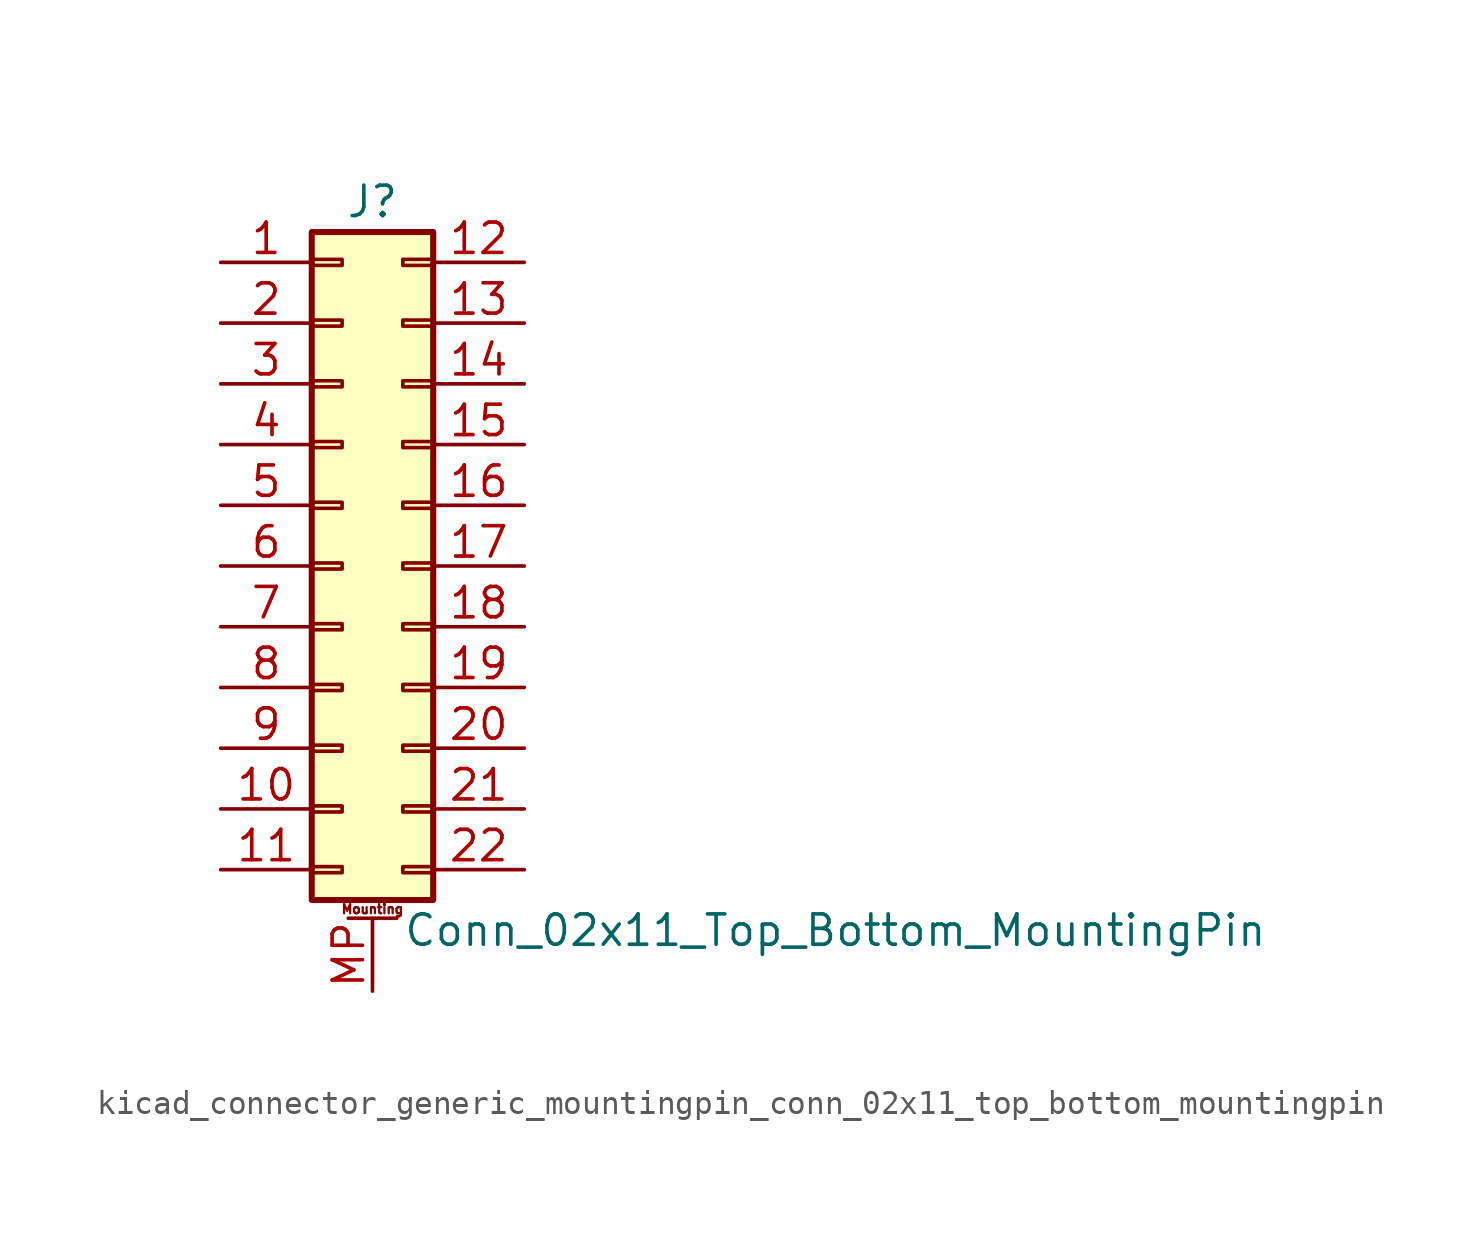
<source format=kicad_sym>
(kicad_symbol_lib
  (version 20220914)
  (generator kicad_symbol_editor)
  (symbol "kicad_connector_generic_mountingpin_conn_02x11_top_bottom_mountingpin"
    (pin_names
      (offset 1.016) hide)
    (property "Reference" "J"
      (at 1.27 15.24 0)
      (effects (font (size 1.27 1.27))))
    (property "Value" "Conn_02x11_Top_Bottom_MountingPin"
      (at 2.54 -15.24 0)
      (effects (font (size 1.27 1.27)) (justify left)))
    (symbol "kicad_connector_generic_mountingpin_conn_02x11_top_bottom_mountingpin_1_1"
      (rectangle (start -1.27 -12.573) (end 0 -12.827) (stroke (width 0.152) (type default)) (fill (type none)))
      (rectangle (start -1.27 -10.033) (end 0 -10.287) (stroke (width 0.152) (type default)) (fill (type none)))
      (rectangle (start -1.27 -7.493) (end 0 -7.747) (stroke (width 0.152) (type default)) (fill (type none)))
      (rectangle (start -1.27 -4.953) (end 0 -5.207) (stroke (width 0.152) (type default)) (fill (type none)))
      (rectangle (start -1.27 -2.413) (end 0 -2.667) (stroke (width 0.152) (type default)) (fill (type none)))
      (rectangle (start -1.27 0.127) (end 0 -0.127) (stroke (width 0.152) (type default)) (fill (type none)))
      (rectangle (start -1.27 2.667) (end 0 2.413) (stroke (width 0.152) (type default)) (fill (type none)))
      (rectangle (start -1.27 5.207) (end 0 4.953) (stroke (width 0.152) (type default)) (fill (type none)))
      (rectangle (start -1.27 7.747) (end 0 7.493) (stroke (width 0.152) (type default)) (fill (type none)))
      (rectangle (start -1.27 10.287) (end 0 10.033) (stroke (width 0.152) (type default)) (fill (type none)))
      (rectangle (start -1.27 12.827) (end 0 12.573) (stroke (width 0.152) (type default)) (fill (type none)))
      (rectangle (start -1.27 13.97) (end 3.81 -13.97) (stroke (width 0.254) (type default)) (fill (type background)))
      (polyline (pts (xy 0.254 -14.732) (xy 2.286 -14.732)) (stroke (width 0.152) (type default)) (fill (type none)))
      (rectangle (start 3.81 -12.573) (end 2.54 -12.827) (stroke (width 0.152) (type default)) (fill (type none)))
      (rectangle (start 3.81 -10.033) (end 2.54 -10.287) (stroke (width 0.152) (type default)) (fill (type none)))
      (rectangle (start 3.81 -7.493) (end 2.54 -7.747) (stroke (width 0.152) (type default)) (fill (type none)))
      (rectangle (start 3.81 -4.953) (end 2.54 -5.207) (stroke (width 0.152) (type default)) (fill (type none)))
      (rectangle (start 3.81 -2.413) (end 2.54 -2.667) (stroke (width 0.152) (type default)) (fill (type none)))
      (rectangle (start 3.81 0.127) (end 2.54 -0.127) (stroke (width 0.152) (type default)) (fill (type none)))
      (rectangle (start 3.81 2.667) (end 2.54 2.413) (stroke (width 0.152) (type default)) (fill (type none)))
      (rectangle (start 3.81 5.207) (end 2.54 4.953) (stroke (width 0.152) (type default)) (fill (type none)))
      (rectangle (start 3.81 7.747) (end 2.54 7.493) (stroke (width 0.152) (type default)) (fill (type none)))
      (rectangle (start 3.81 10.287) (end 2.54 10.033) (stroke (width 0.152) (type default)) (fill (type none)))
      (rectangle (start 3.81 12.827) (end 2.54 12.573) (stroke (width 0.152) (type default)) (fill (type none)))
      (text "Mounting" (at 1.27 -14.351 0) (effects (font (size 0.381 0.381))))
      (pin passive line (at -5.08 12.7 0) (length 3.81) (name "Pin_1" (effects (font (size 1.27 1.27)))) (number "1" (effects (font (size 1.27 1.27)))))
      (pin passive line (at -5.08 -10.16 0) (length 3.81) (name "Pin_10" (effects (font (size 1.27 1.27)))) (number "10" (effects (font (size 1.27 1.27)))))
      (pin passive line (at -5.08 -12.7 0) (length 3.81) (name "Pin_11" (effects (font (size 1.27 1.27)))) (number "11" (effects (font (size 1.27 1.27)))))
      (pin passive line (at 7.62 12.7 180) (length 3.81) (name "Pin_12" (effects (font (size 1.27 1.27)))) (number "12" (effects (font (size 1.27 1.27)))))
      (pin passive line (at 7.62 10.16 180) (length 3.81) (name "Pin_13" (effects (font (size 1.27 1.27)))) (number "13" (effects (font (size 1.27 1.27)))))
      (pin passive line (at 7.62 7.62 180) (length 3.81) (name "Pin_14" (effects (font (size 1.27 1.27)))) (number "14" (effects (font (size 1.27 1.27)))))
      (pin passive line (at 7.62 5.08 180) (length 3.81) (name "Pin_15" (effects (font (size 1.27 1.27)))) (number "15" (effects (font (size 1.27 1.27)))))
      (pin passive line (at 7.62 2.54 180) (length 3.81) (name "Pin_16" (effects (font (size 1.27 1.27)))) (number "16" (effects (font (size 1.27 1.27)))))
      (pin passive line (at 7.62 0 180) (length 3.81) (name "Pin_17" (effects (font (size 1.27 1.27)))) (number "17" (effects (font (size 1.27 1.27)))))
      (pin passive line (at 7.62 -2.54 180) (length 3.81) (name "Pin_18" (effects (font (size 1.27 1.27)))) (number "18" (effects (font (size 1.27 1.27)))))
      (pin passive line (at 7.62 -5.08 180) (length 3.81) (name "Pin_19" (effects (font (size 1.27 1.27)))) (number "19" (effects (font (size 1.27 1.27)))))
      (pin passive line (at -5.08 10.16 0) (length 3.81) (name "Pin_2" (effects (font (size 1.27 1.27)))) (number "2" (effects (font (size 1.27 1.27)))))
      (pin passive line (at 7.62 -7.62 180) (length 3.81) (name "Pin_20" (effects (font (size 1.27 1.27)))) (number "20" (effects (font (size 1.27 1.27)))))
      (pin passive line (at 7.62 -10.16 180) (length 3.81) (name "Pin_21" (effects (font (size 1.27 1.27)))) (number "21" (effects (font (size 1.27 1.27)))))
      (pin passive line (at 7.62 -12.7 180) (length 3.81) (name "Pin_22" (effects (font (size 1.27 1.27)))) (number "22" (effects (font (size 1.27 1.27)))))
      (pin passive line (at -5.08 7.62 0) (length 3.81) (name "Pin_3" (effects (font (size 1.27 1.27)))) (number "3" (effects (font (size 1.27 1.27)))))
      (pin passive line (at -5.08 5.08 0) (length 3.81) (name "Pin_4" (effects (font (size 1.27 1.27)))) (number "4" (effects (font (size 1.27 1.27)))))
      (pin passive line (at -5.08 2.54 0) (length 3.81) (name "Pin_5" (effects (font (size 1.27 1.27)))) (number "5" (effects (font (size 1.27 1.27)))))
      (pin passive line (at -5.08 0 0) (length 3.81) (name "Pin_6" (effects (font (size 1.27 1.27)))) (number "6" (effects (font (size 1.27 1.27)))))
      (pin passive line (at -5.08 -2.54 0) (length 3.81) (name "Pin_7" (effects (font (size 1.27 1.27)))) (number "7" (effects (font (size 1.27 1.27)))))
      (pin passive line (at -5.08 -5.08 0) (length 3.81) (name "Pin_8" (effects (font (size 1.27 1.27)))) (number "8" (effects (font (size 1.27 1.27)))))
      (pin passive line (at -5.08 -7.62 0) (length 3.81) (name "Pin_9" (effects (font (size 1.27 1.27)))) (number "9" (effects (font (size 1.27 1.27)))))
      (pin passive line (at 1.27 -17.78 90) (length 3.048) (name "MountPin" (effects (font (size 1.27 1.27)))) (number "MP" (effects (font (size 1.27 1.27))))))))
</source>
